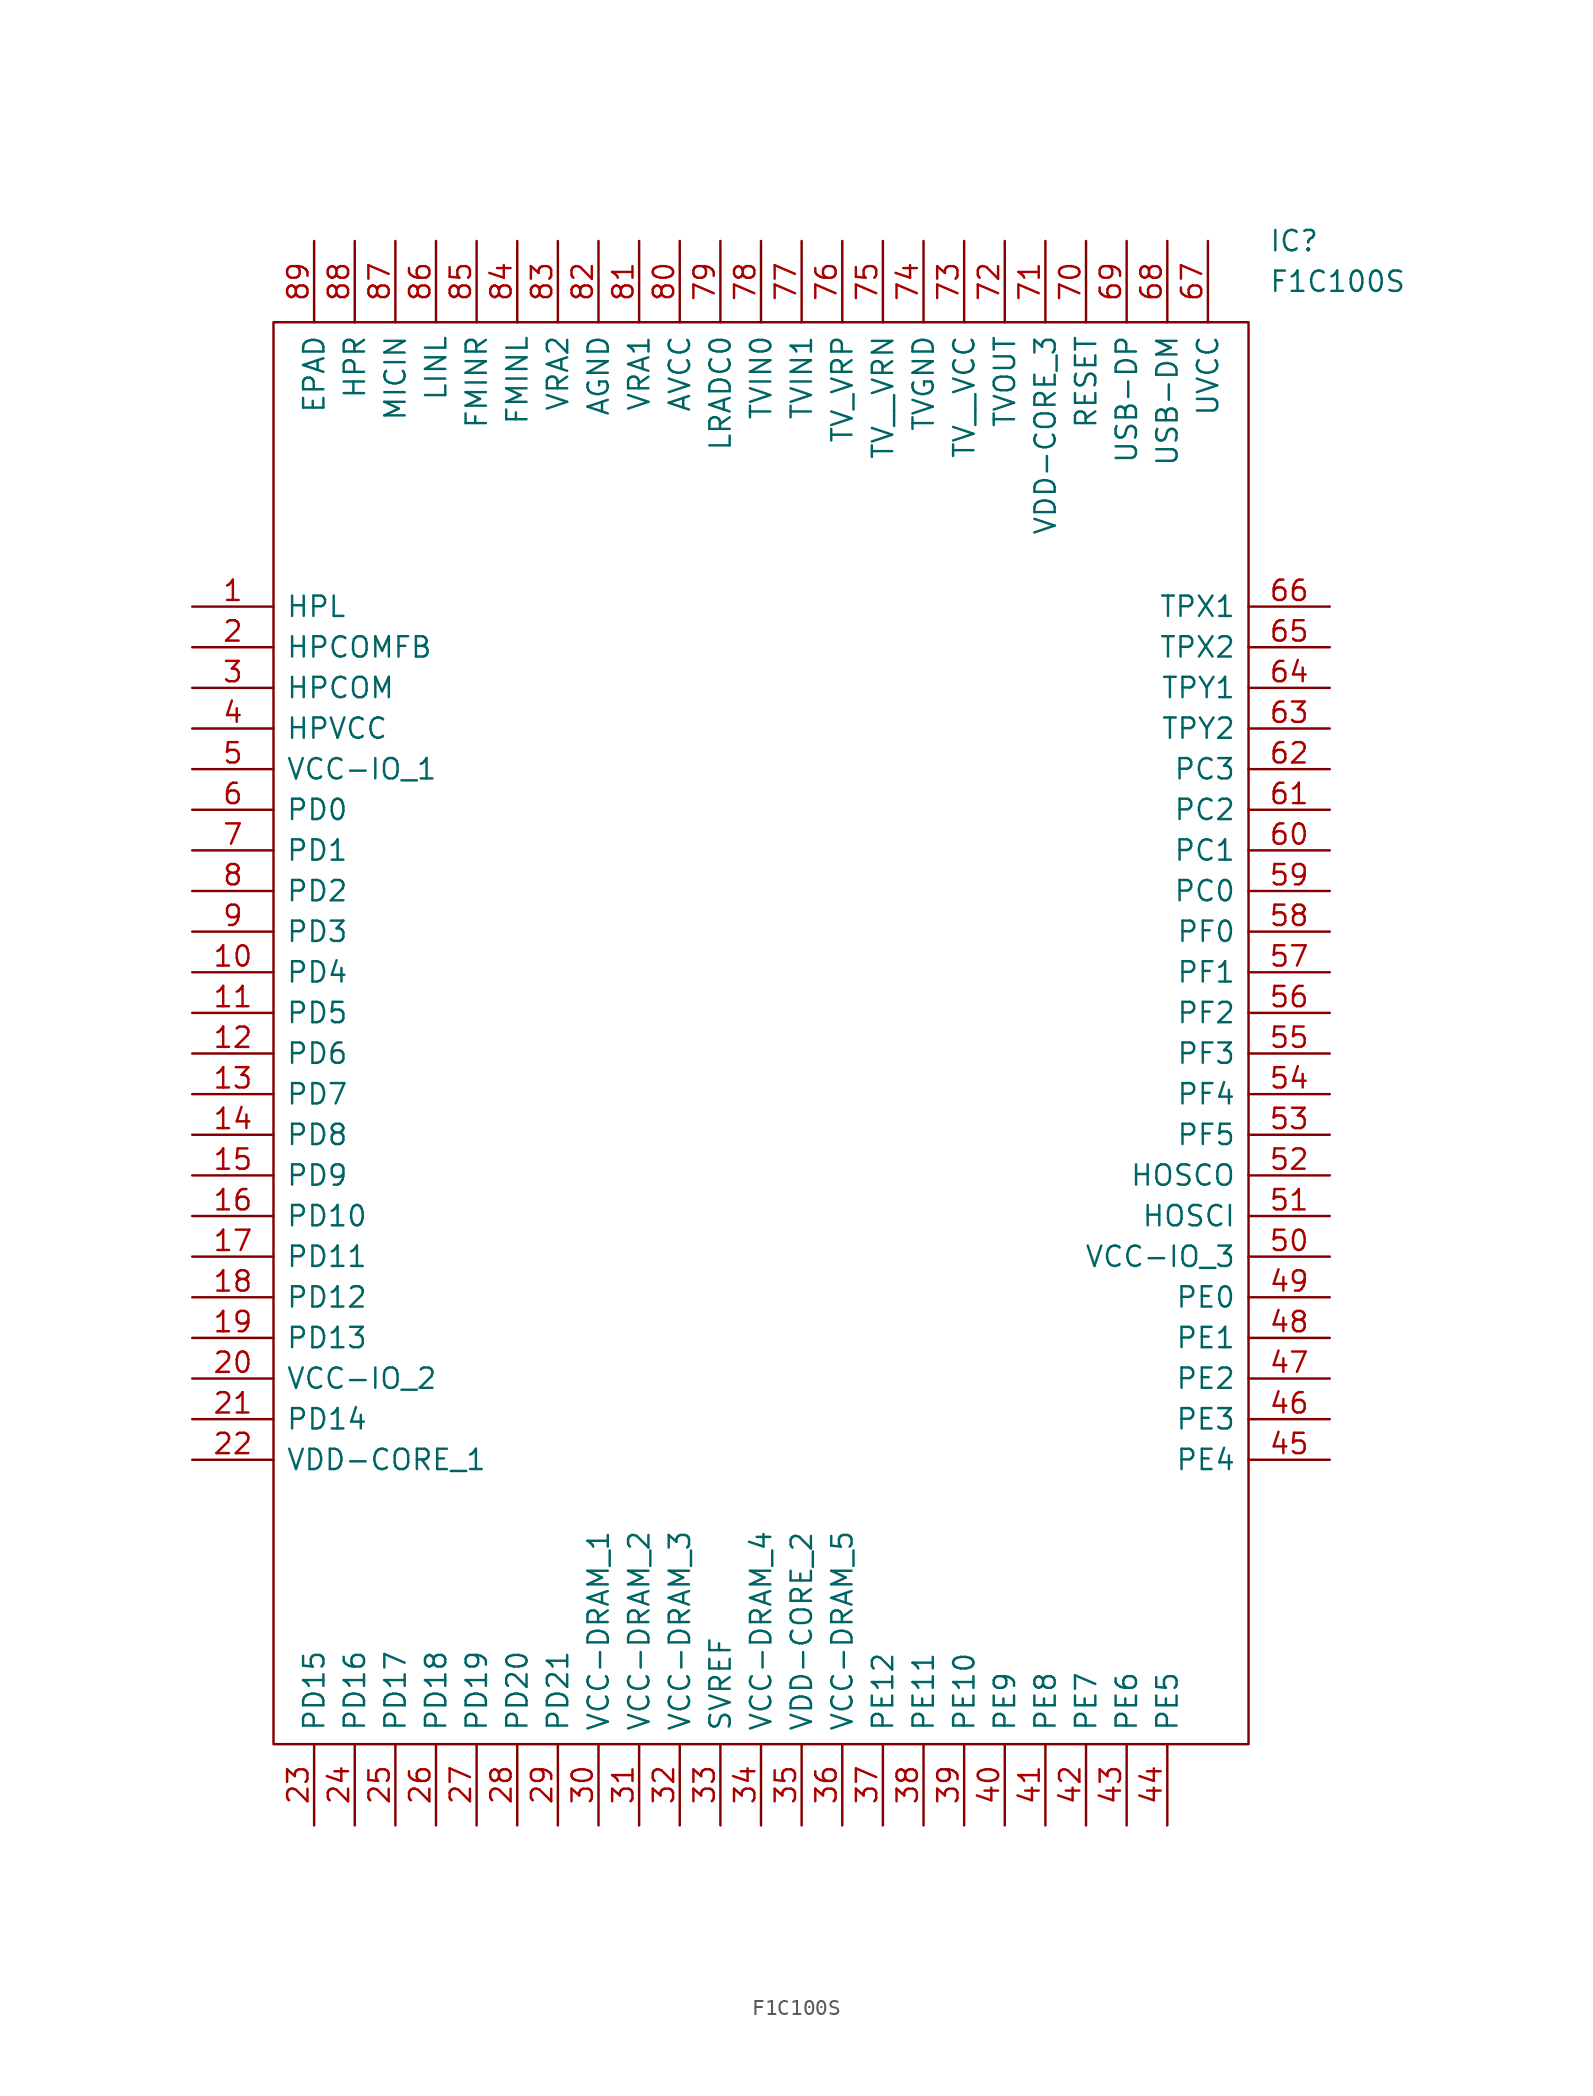
<source format=kicad_sym>
(kicad_symbol_lib
  (version 20211014)
  (generator kicad_symbol_editor)
  (symbol "F1C100S"
    (pin_names
      (offset 0.762))
    (property "Reference" "IC"
      (at 67.31 22.86 0)
      (effects (font (size 1.27 1.27)) (justify left)))
    (property "Value" "F1C100S"
      (at 67.31 20.32 0)
      (effects (font (size 1.27 1.27)) (justify left)))
    (symbol "F1C100S_0_0"
      (pin passive line (at 0 0 0) (length 5.08) (name "HPL" (effects (font (size 1.27 1.27)))) (number "1" (effects (font (size 1.27 1.27)))))
      (pin passive line (at 0 -22.86 0) (length 5.08) (name "PD4" (effects (font (size 1.27 1.27)))) (number "10" (effects (font (size 1.27 1.27)))))
      (pin passive line (at 0 -25.4 0) (length 5.08) (name "PD5" (effects (font (size 1.27 1.27)))) (number "11" (effects (font (size 1.27 1.27)))))
      (pin passive line (at 0 -27.94 0) (length 5.08) (name "PD6" (effects (font (size 1.27 1.27)))) (number "12" (effects (font (size 1.27 1.27)))))
      (pin passive line (at 0 -30.48 0) (length 5.08) (name "PD7" (effects (font (size 1.27 1.27)))) (number "13" (effects (font (size 1.27 1.27)))))
      (pin passive line (at 0 -33.02 0) (length 5.08) (name "PD8" (effects (font (size 1.27 1.27)))) (number "14" (effects (font (size 1.27 1.27)))))
      (pin passive line (at 0 -35.56 0) (length 5.08) (name "PD9" (effects (font (size 1.27 1.27)))) (number "15" (effects (font (size 1.27 1.27)))))
      (pin passive line (at 0 -38.1 0) (length 5.08) (name "PD10" (effects (font (size 1.27 1.27)))) (number "16" (effects (font (size 1.27 1.27)))))
      (pin passive line (at 0 -40.64 0) (length 5.08) (name "PD11" (effects (font (size 1.27 1.27)))) (number "17" (effects (font (size 1.27 1.27)))))
      (pin passive line (at 0 -43.18 0) (length 5.08) (name "PD12" (effects (font (size 1.27 1.27)))) (number "18" (effects (font (size 1.27 1.27)))))
      (pin passive line (at 0 -45.72 0) (length 5.08) (name "PD13" (effects (font (size 1.27 1.27)))) (number "19" (effects (font (size 1.27 1.27)))))
      (pin passive line (at 0 -2.54 0) (length 5.08) (name "HPCOMFB" (effects (font (size 1.27 1.27)))) (number "2" (effects (font (size 1.27 1.27)))))
      (pin passive line (at 0 -48.26 0) (length 5.08) (name "VCC-IO_2" (effects (font (size 1.27 1.27)))) (number "20" (effects (font (size 1.27 1.27)))))
      (pin passive line (at 0 -50.8 0) (length 5.08) (name "PD14" (effects (font (size 1.27 1.27)))) (number "21" (effects (font (size 1.27 1.27)))))
      (pin passive line (at 0 -53.34 0) (length 5.08) (name "VDD-CORE_1" (effects (font (size 1.27 1.27)))) (number "22" (effects (font (size 1.27 1.27)))))
      (pin passive line (at 7.62 -76.2 90) (length 5.08) (name "PD15" (effects (font (size 1.27 1.27)))) (number "23" (effects (font (size 1.27 1.27)))))
      (pin passive line (at 10.16 -76.2 90) (length 5.08) (name "PD16" (effects (font (size 1.27 1.27)))) (number "24" (effects (font (size 1.27 1.27)))))
      (pin passive line (at 12.7 -76.2 90) (length 5.08) (name "PD17" (effects (font (size 1.27 1.27)))) (number "25" (effects (font (size 1.27 1.27)))))
      (pin passive line (at 15.24 -76.2 90) (length 5.08) (name "PD18" (effects (font (size 1.27 1.27)))) (number "26" (effects (font (size 1.27 1.27)))))
      (pin passive line (at 17.78 -76.2 90) (length 5.08) (name "PD19" (effects (font (size 1.27 1.27)))) (number "27" (effects (font (size 1.27 1.27)))))
      (pin passive line (at 20.32 -76.2 90) (length 5.08) (name "PD20" (effects (font (size 1.27 1.27)))) (number "28" (effects (font (size 1.27 1.27)))))
      (pin passive line (at 22.86 -76.2 90) (length 5.08) (name "PD21" (effects (font (size 1.27 1.27)))) (number "29" (effects (font (size 1.27 1.27)))))
      (pin passive line (at 0 -5.08 0) (length 5.08) (name "HPCOM" (effects (font (size 1.27 1.27)))) (number "3" (effects (font (size 1.27 1.27)))))
      (pin passive line (at 25.4 -76.2 90) (length 5.08) (name "VCC-DRAM_1" (effects (font (size 1.27 1.27)))) (number "30" (effects (font (size 1.27 1.27)))))
      (pin passive line (at 27.94 -76.2 90) (length 5.08) (name "VCC-DRAM_2" (effects (font (size 1.27 1.27)))) (number "31" (effects (font (size 1.27 1.27)))))
      (pin passive line (at 30.48 -76.2 90) (length 5.08) (name "VCC-DRAM_3" (effects (font (size 1.27 1.27)))) (number "32" (effects (font (size 1.27 1.27)))))
      (pin passive line (at 33.02 -76.2 90) (length 5.08) (name "SVREF" (effects (font (size 1.27 1.27)))) (number "33" (effects (font (size 1.27 1.27)))))
      (pin passive line (at 35.56 -76.2 90) (length 5.08) (name "VCC-DRAM_4" (effects (font (size 1.27 1.27)))) (number "34" (effects (font (size 1.27 1.27)))))
      (pin passive line (at 38.1 -76.2 90) (length 5.08) (name "VDD-CORE_2" (effects (font (size 1.27 1.27)))) (number "35" (effects (font (size 1.27 1.27)))))
      (pin passive line (at 40.64 -76.2 90) (length 5.08) (name "VCC-DRAM_5" (effects (font (size 1.27 1.27)))) (number "36" (effects (font (size 1.27 1.27)))))
      (pin passive line (at 43.18 -76.2 90) (length 5.08) (name "PE12" (effects (font (size 1.27 1.27)))) (number "37" (effects (font (size 1.27 1.27)))))
      (pin passive line (at 45.72 -76.2 90) (length 5.08) (name "PE11" (effects (font (size 1.27 1.27)))) (number "38" (effects (font (size 1.27 1.27)))))
      (pin passive line (at 48.26 -76.2 90) (length 5.08) (name "PE10" (effects (font (size 1.27 1.27)))) (number "39" (effects (font (size 1.27 1.27)))))
      (pin passive line (at 0 -7.62 0) (length 5.08) (name "HPVCC" (effects (font (size 1.27 1.27)))) (number "4" (effects (font (size 1.27 1.27)))))
      (pin passive line (at 50.8 -76.2 90) (length 5.08) (name "PE9" (effects (font (size 1.27 1.27)))) (number "40" (effects (font (size 1.27 1.27)))))
      (pin passive line (at 53.34 -76.2 90) (length 5.08) (name "PE8" (effects (font (size 1.27 1.27)))) (number "41" (effects (font (size 1.27 1.27)))))
      (pin passive line (at 55.88 -76.2 90) (length 5.08) (name "PE7" (effects (font (size 1.27 1.27)))) (number "42" (effects (font (size 1.27 1.27)))))
      (pin passive line (at 58.42 -76.2 90) (length 5.08) (name "PE6" (effects (font (size 1.27 1.27)))) (number "43" (effects (font (size 1.27 1.27)))))
      (pin passive line (at 60.96 -76.2 90) (length 5.08) (name "PE5" (effects (font (size 1.27 1.27)))) (number "44" (effects (font (size 1.27 1.27)))))
      (pin passive line (at 71.12 -53.34 180) (length 5.08) (name "PE4" (effects (font (size 1.27 1.27)))) (number "45" (effects (font (size 1.27 1.27)))))
      (pin passive line (at 71.12 -50.8 180) (length 5.08) (name "PE3" (effects (font (size 1.27 1.27)))) (number "46" (effects (font (size 1.27 1.27)))))
      (pin passive line (at 71.12 -48.26 180) (length 5.08) (name "PE2" (effects (font (size 1.27 1.27)))) (number "47" (effects (font (size 1.27 1.27)))))
      (pin passive line (at 71.12 -45.72 180) (length 5.08) (name "PE1" (effects (font (size 1.27 1.27)))) (number "48" (effects (font (size 1.27 1.27)))))
      (pin passive line (at 71.12 -43.18 180) (length 5.08) (name "PE0" (effects (font (size 1.27 1.27)))) (number "49" (effects (font (size 1.27 1.27)))))
      (pin passive line (at 0 -10.16 0) (length 5.08) (name "VCC-IO_1" (effects (font (size 1.27 1.27)))) (number "5" (effects (font (size 1.27 1.27)))))
      (pin passive line (at 71.12 -40.64 180) (length 5.08) (name "VCC-IO_3" (effects (font (size 1.27 1.27)))) (number "50" (effects (font (size 1.27 1.27)))))
      (pin passive line (at 71.12 -38.1 180) (length 5.08) (name "HOSCI" (effects (font (size 1.27 1.27)))) (number "51" (effects (font (size 1.27 1.27)))))
      (pin passive line (at 71.12 -35.56 180) (length 5.08) (name "HOSCO" (effects (font (size 1.27 1.27)))) (number "52" (effects (font (size 1.27 1.27)))))
      (pin passive line (at 71.12 -33.02 180) (length 5.08) (name "PF5" (effects (font (size 1.27 1.27)))) (number "53" (effects (font (size 1.27 1.27)))))
      (pin passive line (at 71.12 -30.48 180) (length 5.08) (name "PF4" (effects (font (size 1.27 1.27)))) (number "54" (effects (font (size 1.27 1.27)))))
      (pin passive line (at 71.12 -27.94 180) (length 5.08) (name "PF3" (effects (font (size 1.27 1.27)))) (number "55" (effects (font (size 1.27 1.27)))))
      (pin passive line (at 71.12 -25.4 180) (length 5.08) (name "PF2" (effects (font (size 1.27 1.27)))) (number "56" (effects (font (size 1.27 1.27)))))
      (pin passive line (at 71.12 -22.86 180) (length 5.08) (name "PF1" (effects (font (size 1.27 1.27)))) (number "57" (effects (font (size 1.27 1.27)))))
      (pin passive line (at 71.12 -20.32 180) (length 5.08) (name "PF0" (effects (font (size 1.27 1.27)))) (number "58" (effects (font (size 1.27 1.27)))))
      (pin passive line (at 71.12 -17.78 180) (length 5.08) (name "PC0" (effects (font (size 1.27 1.27)))) (number "59" (effects (font (size 1.27 1.27)))))
      (pin passive line (at 0 -12.7 0) (length 5.08) (name "PD0" (effects (font (size 1.27 1.27)))) (number "6" (effects (font (size 1.27 1.27)))))
      (pin passive line (at 71.12 -15.24 180) (length 5.08) (name "PC1" (effects (font (size 1.27 1.27)))) (number "60" (effects (font (size 1.27 1.27)))))
      (pin passive line (at 71.12 -12.7 180) (length 5.08) (name "PC2" (effects (font (size 1.27 1.27)))) (number "61" (effects (font (size 1.27 1.27)))))
      (pin passive line (at 71.12 -10.16 180) (length 5.08) (name "PC3" (effects (font (size 1.27 1.27)))) (number "62" (effects (font (size 1.27 1.27)))))
      (pin passive line (at 71.12 -7.62 180) (length 5.08) (name "TPY2" (effects (font (size 1.27 1.27)))) (number "63" (effects (font (size 1.27 1.27)))))
      (pin passive line (at 71.12 -5.08 180) (length 5.08) (name "TPY1" (effects (font (size 1.27 1.27)))) (number "64" (effects (font (size 1.27 1.27)))))
      (pin passive line (at 71.12 -2.54 180) (length 5.08) (name "TPX2" (effects (font (size 1.27 1.27)))) (number "65" (effects (font (size 1.27 1.27)))))
      (pin passive line (at 71.12 0 180) (length 5.08) (name "TPX1" (effects (font (size 1.27 1.27)))) (number "66" (effects (font (size 1.27 1.27)))))
      (pin passive line (at 63.5 22.86 270) (length 5.08) (name "UVCC" (effects (font (size 1.27 1.27)))) (number "67" (effects (font (size 1.27 1.27)))))
      (pin passive line (at 60.96 22.86 270) (length 5.08) (name "USB-DM" (effects (font (size 1.27 1.27)))) (number "68" (effects (font (size 1.27 1.27)))))
      (pin passive line (at 58.42 22.86 270) (length 5.08) (name "USB-DP" (effects (font (size 1.27 1.27)))) (number "69" (effects (font (size 1.27 1.27)))))
      (pin passive line (at 0 -15.24 0) (length 5.08) (name "PD1" (effects (font (size 1.27 1.27)))) (number "7" (effects (font (size 1.27 1.27)))))
      (pin passive line (at 55.88 22.86 270) (length 5.08) (name "RESET" (effects (font (size 1.27 1.27)))) (number "70" (effects (font (size 1.27 1.27)))))
      (pin passive line (at 53.34 22.86 270) (length 5.08) (name "VDD-CORE_3" (effects (font (size 1.27 1.27)))) (number "71" (effects (font (size 1.27 1.27)))))
      (pin passive line (at 50.8 22.86 270) (length 5.08) (name "TVOUT" (effects (font (size 1.27 1.27)))) (number "72" (effects (font (size 1.27 1.27)))))
      (pin passive line (at 48.26 22.86 270) (length 5.08) (name "TV__VCC" (effects (font (size 1.27 1.27)))) (number "73" (effects (font (size 1.27 1.27)))))
      (pin passive line (at 45.72 22.86 270) (length 5.08) (name "TVGND" (effects (font (size 1.27 1.27)))) (number "74" (effects (font (size 1.27 1.27)))))
      (pin passive line (at 43.18 22.86 270) (length 5.08) (name "TV__VRN" (effects (font (size 1.27 1.27)))) (number "75" (effects (font (size 1.27 1.27)))))
      (pin passive line (at 40.64 22.86 270) (length 5.08) (name "TV_VRP" (effects (font (size 1.27 1.27)))) (number "76" (effects (font (size 1.27 1.27)))))
      (pin passive line (at 38.1 22.86 270) (length 5.08) (name "TVIN1" (effects (font (size 1.27 1.27)))) (number "77" (effects (font (size 1.27 1.27)))))
      (pin passive line (at 35.56 22.86 270) (length 5.08) (name "TVIN0" (effects (font (size 1.27 1.27)))) (number "78" (effects (font (size 1.27 1.27)))))
      (pin passive line (at 33.02 22.86 270) (length 5.08) (name "LRADC0" (effects (font (size 1.27 1.27)))) (number "79" (effects (font (size 1.27 1.27)))))
      (pin passive line (at 0 -17.78 0) (length 5.08) (name "PD2" (effects (font (size 1.27 1.27)))) (number "8" (effects (font (size 1.27 1.27)))))
      (pin passive line (at 30.48 22.86 270) (length 5.08) (name "AVCC" (effects (font (size 1.27 1.27)))) (number "80" (effects (font (size 1.27 1.27)))))
      (pin passive line (at 27.94 22.86 270) (length 5.08) (name "VRA1" (effects (font (size 1.27 1.27)))) (number "81" (effects (font (size 1.27 1.27)))))
      (pin passive line (at 25.4 22.86 270) (length 5.08) (name "AGND" (effects (font (size 1.27 1.27)))) (number "82" (effects (font (size 1.27 1.27)))))
      (pin passive line (at 22.86 22.86 270) (length 5.08) (name "VRA2" (effects (font (size 1.27 1.27)))) (number "83" (effects (font (size 1.27 1.27)))))
      (pin passive line (at 20.32 22.86 270) (length 5.08) (name "FMINL" (effects (font (size 1.27 1.27)))) (number "84" (effects (font (size 1.27 1.27)))))
      (pin passive line (at 17.78 22.86 270) (length 5.08) (name "FMINR" (effects (font (size 1.27 1.27)))) (number "85" (effects (font (size 1.27 1.27)))))
      (pin passive line (at 15.24 22.86 270) (length 5.08) (name "LINL" (effects (font (size 1.27 1.27)))) (number "86" (effects (font (size 1.27 1.27)))))
      (pin passive line (at 12.7 22.86 270) (length 5.08) (name "MICIN" (effects (font (size 1.27 1.27)))) (number "87" (effects (font (size 1.27 1.27)))))
      (pin passive line (at 10.16 22.86 270) (length 5.08) (name "HPR" (effects (font (size 1.27 1.27)))) (number "88" (effects (font (size 1.27 1.27)))))
      (pin passive line (at 7.62 22.86 270) (length 5.08) (name "EPAD" (effects (font (size 1.27 1.27)))) (number "89" (effects (font (size 1.27 1.27)))))
      (pin passive line (at 0 -20.32 0) (length 5.08) (name "PD3" (effects (font (size 1.27 1.27)))) (number "9" (effects (font (size 1.27 1.27))))))
    (symbol "F1C100S_0_1"
      (polyline (pts (xy 5.08 17.78) (xy 66.04 17.78) (xy 66.04 -71.12) (xy 5.08 -71.12) (xy 5.08 17.78)) (stroke (width 0.152) (type default) (color 0 0 0 0)) (fill (type none))))))
</source>
